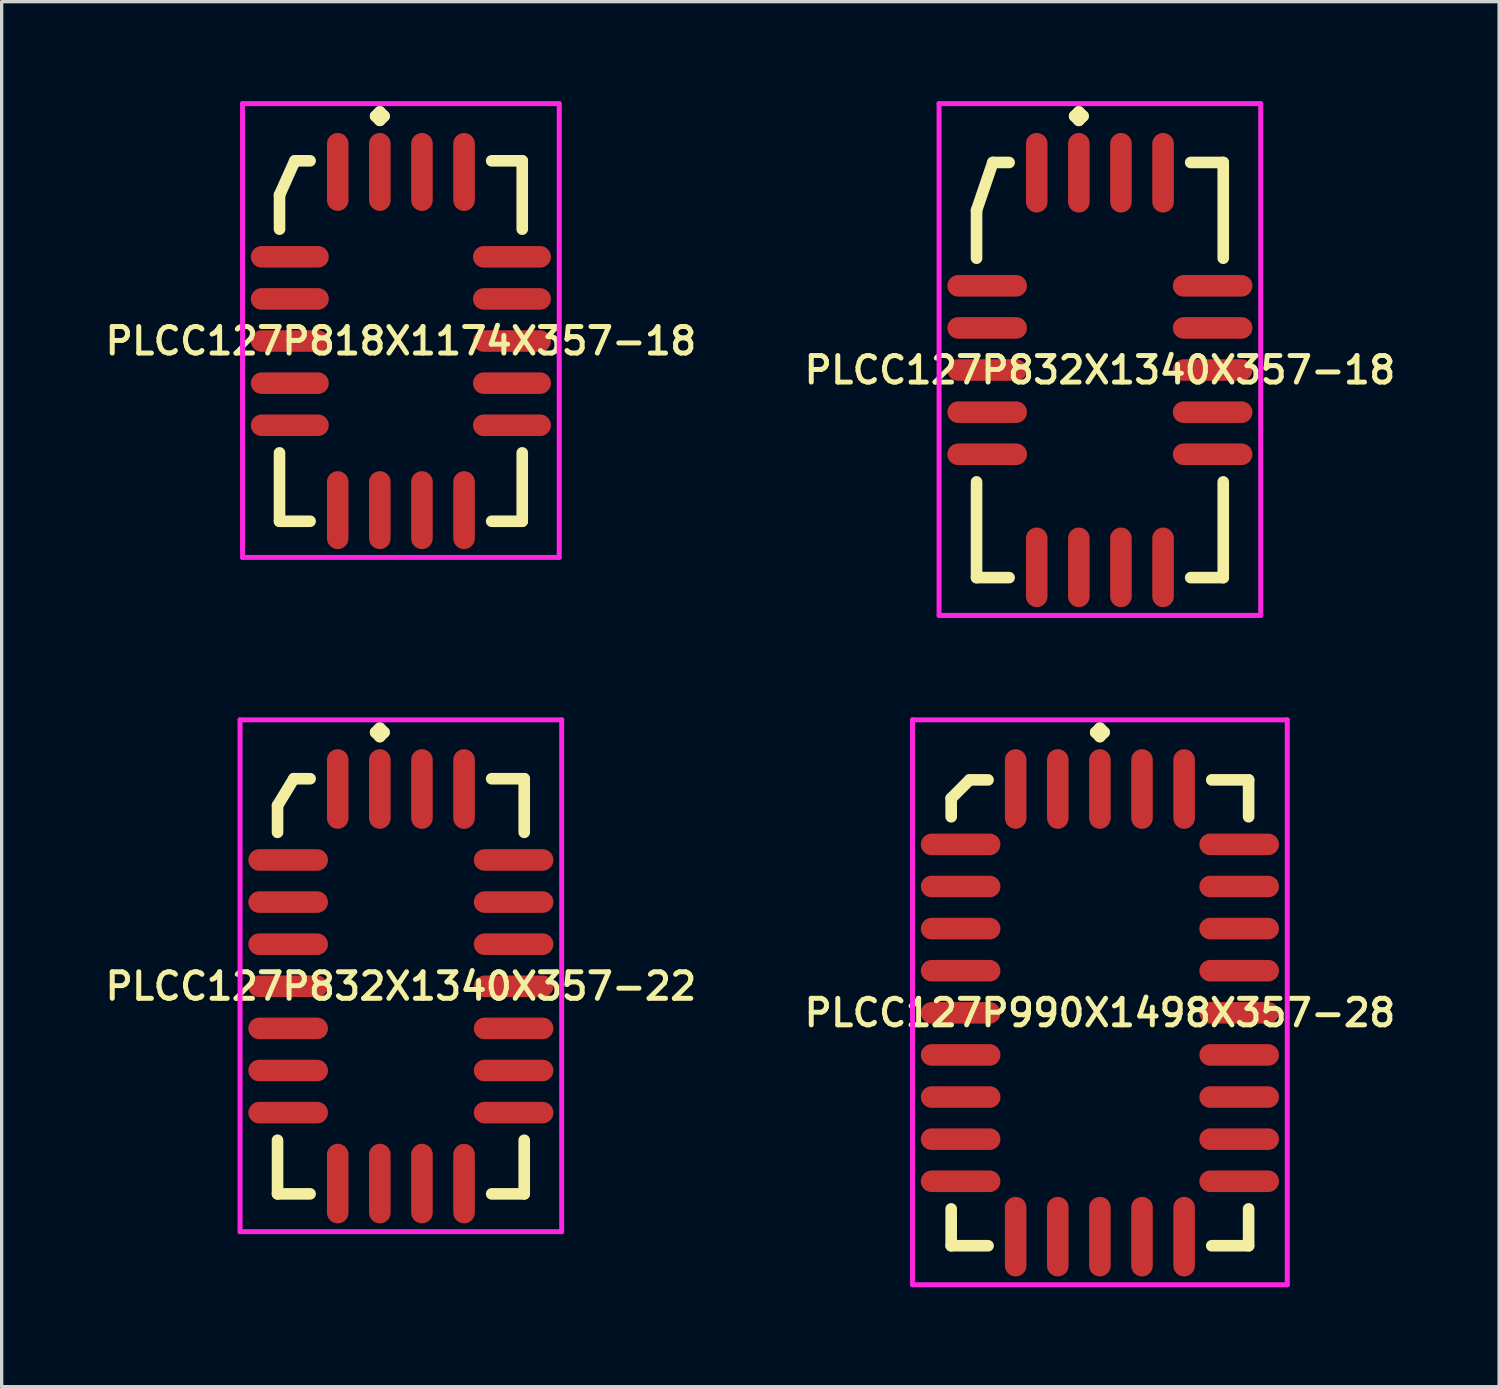
<source format=kicad_pcb>
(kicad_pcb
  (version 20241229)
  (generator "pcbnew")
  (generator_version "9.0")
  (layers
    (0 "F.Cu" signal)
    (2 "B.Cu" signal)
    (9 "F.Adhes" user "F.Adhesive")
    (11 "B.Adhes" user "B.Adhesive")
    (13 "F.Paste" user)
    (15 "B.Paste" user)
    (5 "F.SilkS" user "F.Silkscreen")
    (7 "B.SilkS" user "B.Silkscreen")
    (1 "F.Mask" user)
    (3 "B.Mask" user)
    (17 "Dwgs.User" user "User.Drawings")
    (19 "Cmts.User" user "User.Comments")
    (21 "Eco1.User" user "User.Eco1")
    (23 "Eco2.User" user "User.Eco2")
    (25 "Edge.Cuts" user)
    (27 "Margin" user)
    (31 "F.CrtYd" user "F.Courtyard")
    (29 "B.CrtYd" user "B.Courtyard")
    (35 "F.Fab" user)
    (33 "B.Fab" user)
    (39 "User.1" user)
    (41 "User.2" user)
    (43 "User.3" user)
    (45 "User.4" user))
  (footprint "PLCC127P832X1340X357-18"
    (layer "F.Cu")
    (at 30.121 8.11)
    (property "Reference" "PLCC127P832X1340X357-18" (at 0 0 0) (layer "F.SilkS") (effects (font (size 0.8 0.8) (thickness 0.15))))
    (attr through_hole)
    (fp_line (start -3.72 -4.816) (end -3.229 -6.26) (stroke (width 0.35) (type solid)) (layer "F.SilkS"))
    (fp_line (start -3.72 -3.373) (end -3.72 -4.816) (stroke (width 0.35) (type solid)) (layer "F.SilkS"))
    (fp_line (start -3.72 3.373) (end -3.72 6.26) (stroke (width 0.35) (type solid)) (layer "F.SilkS"))
    (fp_line (start -3.72 6.26) (end -2.738 6.26) (stroke (width 0.35) (type solid)) (layer "F.SilkS"))
    (fp_line (start -3.229 -6.26) (end -2.738 -6.26) (stroke (width 0.35) (type solid)) (layer "F.SilkS"))
    (fp_line (start -0.762 -7.658) (end -0.635 -7.785) (stroke (width 0.35) (type solid)) (layer "F.SilkS"))
    (fp_line (start -0.635 -7.785) (end -0.508 -7.658) (stroke (width 0.35) (type solid)) (layer "F.SilkS"))
    (fp_line (start -0.635 -7.531) (end -0.762 -7.658) (stroke (width 0.35) (type solid)) (layer "F.SilkS"))
    (fp_line (start -0.508 -7.658) (end -0.635 -7.531) (stroke (width 0.35) (type solid)) (layer "F.SilkS"))
    (fp_line (start 3.72 -6.26) (end 2.738 -6.26) (stroke (width 0.35) (type solid)) (layer "F.SilkS"))
    (fp_line (start 3.72 -3.373) (end 3.72 -6.26) (stroke (width 0.35) (type solid)) (layer "F.SilkS"))
    (fp_line (start 3.72 3.373) (end 3.72 6.26) (stroke (width 0.35) (type solid)) (layer "F.SilkS"))
    (fp_line (start 3.72 6.26) (end 2.738 6.26) (stroke (width 0.35) (type solid)) (layer "F.SilkS"))
    (fp_line (start -4.85 -8.035) (end 4.85 -8.035) (stroke (width 0.15) (type solid)) (layer "F.CrtYd"))
    (fp_line (start -4.85 7.4) (end -4.85 -8.035) (stroke (width 0.15) (type solid)) (layer "F.CrtYd"))
    (fp_line (start 4.85 -8.035) (end 4.85 7.4) (stroke (width 0.15) (type solid)) (layer "F.CrtYd"))
    (fp_line (start 4.85 7.4) (end -4.85 7.4) (stroke (width 0.15) (type solid)) (layer "F.CrtYd"))
    (pad "1" smd oval (at -0.635 -5.95) (size 0.65 2.4) (layers "F.Cu" "F.Mask" "F.Paste"))
    (pad "2" smd oval (at -1.905 -5.95) (size 0.65 2.4) (layers "F.Cu" "F.Mask" "F.Paste"))
    (pad "3" smd oval (at -3.4 -2.54) (size 2.4 0.65) (layers "F.Cu" "F.Mask" "F.Paste"))
    (pad "4" smd oval (at -3.4 -1.27) (size 2.4 0.65) (layers "F.Cu" "F.Mask" "F.Paste"))
    (pad "5" smd oval (at -3.4 0) (size 2.4 0.65) (layers "F.Cu" "F.Mask" "F.Paste"))
    (pad "6" smd oval (at -3.4 1.27) (size 2.4 0.65) (layers "F.Cu" "F.Mask" "F.Paste"))
    (pad "7" smd oval (at -3.4 2.54) (size 2.4 0.65) (layers "F.Cu" "F.Mask" "F.Paste"))
    (pad "8" smd oval (at -1.905 5.95) (size 0.65 2.4) (layers "F.Cu" "F.Mask" "F.Paste"))
    (pad "9" smd oval (at -0.635 5.95) (size 0.65 2.4) (layers "F.Cu" "F.Mask" "F.Paste"))
    (pad "10" smd oval (at 0.635 5.95) (size 0.65 2.4) (layers "F.Cu" "F.Mask" "F.Paste"))
    (pad "11" smd oval (at 1.905 5.95) (size 0.65 2.4) (layers "F.Cu" "F.Mask" "F.Paste"))
    (pad "12" smd oval (at 3.4 2.54) (size 2.4 0.65) (layers "F.Cu" "F.Mask" "F.Paste"))
    (pad "13" smd oval (at 3.4 1.27) (size 2.4 0.65) (layers "F.Cu" "F.Mask" "F.Paste"))
    (pad "14" smd oval (at 3.4 0) (size 2.4 0.65) (layers "F.Cu" "F.Mask" "F.Paste"))
    (pad "15" smd oval (at 3.4 -1.27) (size 2.4 0.65) (layers "F.Cu" "F.Mask" "F.Paste"))
    (pad "16" smd oval (at 3.4 -2.54) (size 2.4 0.65) (layers "F.Cu" "F.Mask" "F.Paste"))
    (pad "17" smd oval (at 1.905 -5.95) (size 0.65 2.4) (layers "F.Cu" "F.Mask" "F.Paste"))
    (pad "18" smd oval (at 0.635 -5.95) (size 0.65 2.4) (layers "F.Cu" "F.Mask" "F.Paste")))
  (footprint "PLCC127P832X1340X357-22"
    (layer "F.Cu")
    (at 9.04 26.695)
    (property "Reference" "PLCC127P832X1340X357-22" (at 0 0 0) (layer "F.SilkS") (effects (font (size 0.8 0.8) (thickness 0.15))))
    (attr smd)
    (fp_line (start -3.72 -5.452) (end -3.229 -6.26) (stroke (width 0.35) (type solid)) (layer "F.SilkS"))
    (fp_line (start -3.72 -4.643) (end -3.72 -5.452) (stroke (width 0.35) (type solid)) (layer "F.SilkS"))
    (fp_line (start -3.72 4.643) (end -3.72 6.26) (stroke (width 0.35) (type solid)) (layer "F.SilkS"))
    (fp_line (start -3.72 6.26) (end -2.738 6.26) (stroke (width 0.35) (type solid)) (layer "F.SilkS"))
    (fp_line (start -3.229 -6.26) (end -2.738 -6.26) (stroke (width 0.35) (type solid)) (layer "F.SilkS"))
    (fp_line (start -0.762 -7.658) (end -0.635 -7.785) (stroke (width 0.35) (type solid)) (layer "F.SilkS"))
    (fp_line (start -0.635 -7.785) (end -0.508 -7.658) (stroke (width 0.35) (type solid)) (layer "F.SilkS"))
    (fp_line (start -0.635 -7.531) (end -0.762 -7.658) (stroke (width 0.35) (type solid)) (layer "F.SilkS"))
    (fp_line (start -0.508 -7.658) (end -0.635 -7.531) (stroke (width 0.35) (type solid)) (layer "F.SilkS"))
    (fp_line (start 3.72 -6.26) (end 2.738 -6.26) (stroke (width 0.35) (type solid)) (layer "F.SilkS"))
    (fp_line (start 3.72 -4.643) (end 3.72 -6.26) (stroke (width 0.35) (type solid)) (layer "F.SilkS"))
    (fp_line (start 3.72 4.643) (end 3.72 6.26) (stroke (width 0.35) (type solid)) (layer "F.SilkS"))
    (fp_line (start 3.72 6.26) (end 2.738 6.26) (stroke (width 0.35) (type solid)) (layer "F.SilkS"))
    (fp_line (start -4.85 -8.035) (end 4.85 -8.035) (stroke (width 0.15) (type solid)) (layer "F.CrtYd"))
    (fp_line (start -4.85 7.4) (end -4.85 -8.035) (stroke (width 0.15) (type solid)) (layer "F.CrtYd"))
    (fp_line (start 4.85 -8.035) (end 4.85 7.4) (stroke (width 0.15) (type solid)) (layer "F.CrtYd"))
    (fp_line (start 4.85 7.4) (end -4.85 7.4) (stroke (width 0.15) (type solid)) (layer "F.CrtYd"))
    (pad "1" smd oval (at -0.635 -5.95) (size 0.65 2.4) (layers "F.Cu" "F.Mask" "F.Paste"))
    (pad "2" smd oval (at -1.905 -5.95) (size 0.65 2.4) (layers "F.Cu" "F.Mask" "F.Paste"))
    (pad "3" smd oval (at -3.4 -3.81) (size 2.4 0.65) (layers "F.Cu" "F.Mask" "F.Paste"))
    (pad "4" smd oval (at -3.4 -2.54) (size 2.4 0.65) (layers "F.Cu" "F.Mask" "F.Paste"))
    (pad "5" smd oval (at -3.4 -1.27) (size 2.4 0.65) (layers "F.Cu" "F.Mask" "F.Paste"))
    (pad "6" smd oval (at -3.4 0) (size 2.4 0.65) (layers "F.Cu" "F.Mask" "F.Paste"))
    (pad "7" smd oval (at -3.4 1.27) (size 2.4 0.65) (layers "F.Cu" "F.Mask" "F.Paste"))
    (pad "8" smd oval (at -3.4 2.54) (size 2.4 0.65) (layers "F.Cu" "F.Mask" "F.Paste"))
    (pad "9" smd oval (at -3.4 3.81) (size 2.4 0.65) (layers "F.Cu" "F.Mask" "F.Paste"))
    (pad "10" smd oval (at -1.905 5.95) (size 0.65 2.4) (layers "F.Cu" "F.Mask" "F.Paste"))
    (pad "11" smd oval (at -0.635 5.95) (size 0.65 2.4) (layers "F.Cu" "F.Mask" "F.Paste"))
    (pad "12" smd oval (at 0.635 5.95) (size 0.65 2.4) (layers "F.Cu" "F.Mask" "F.Paste"))
    (pad "13" smd oval (at 1.905 5.95) (size 0.65 2.4) (layers "F.Cu" "F.Mask" "F.Paste"))
    (pad "14" smd oval (at 3.4 3.81) (size 2.4 0.65) (layers "F.Cu" "F.Mask" "F.Paste"))
    (pad "15" smd oval (at 3.4 2.54) (size 2.4 0.65) (layers "F.Cu" "F.Mask" "F.Paste"))
    (pad "16" smd oval (at 3.4 1.27) (size 2.4 0.65) (layers "F.Cu" "F.Mask" "F.Paste"))
    (pad "17" smd oval (at 3.4 0) (size 2.4 0.65) (layers "F.Cu" "F.Mask" "F.Paste"))
    (pad "18" smd oval (at 3.4 -1.27) (size 2.4 0.65) (layers "F.Cu" "F.Mask" "F.Paste"))
    (pad "19" smd oval (at 3.4 -2.54) (size 2.4 0.65) (layers "F.Cu" "F.Mask" "F.Paste"))
    (pad "20" smd oval (at 3.4 -3.81) (size 2.4 0.65) (layers "F.Cu" "F.Mask" "F.Paste"))
    (pad "21" smd oval (at 1.905 -5.95) (size 0.65 2.4) (layers "F.Cu" "F.Mask" "F.Paste"))
    (pad "22" smd oval (at 0.635 -5.95) (size 0.65 2.4) (layers "F.Cu" "F.Mask" "F.Paste")))
  (footprint "PLCC127P818X1174X357-18"
    (layer "F.Cu")
    (at 9.04 7.235)
    (property "Reference" "PLCC127P818X1174X357-18" (at 0 0 0) (layer "F.SilkS") (effects (font (size 0.8 0.8) (thickness 0.15))))
    (attr through_hole)
    (fp_line (start -3.66 -4.404) (end -3.199 -5.435) (stroke (width 0.35) (type solid)) (layer "F.SilkS"))
    (fp_line (start -3.66 -3.373) (end -3.66 -4.404) (stroke (width 0.35) (type solid)) (layer "F.SilkS"))
    (fp_line (start -3.66 3.373) (end -3.66 5.435) (stroke (width 0.35) (type solid)) (layer "F.SilkS"))
    (fp_line (start -3.66 5.435) (end -2.738 5.435) (stroke (width 0.35) (type solid)) (layer "F.SilkS"))
    (fp_line (start -3.199 -5.435) (end -2.738 -5.435) (stroke (width 0.35) (type solid)) (layer "F.SilkS"))
    (fp_line (start -0.762 -6.783) (end -0.635 -6.91) (stroke (width 0.35) (type solid)) (layer "F.SilkS"))
    (fp_line (start -0.635 -6.91) (end -0.508 -6.783) (stroke (width 0.35) (type solid)) (layer "F.SilkS"))
    (fp_line (start -0.635 -6.656) (end -0.762 -6.783) (stroke (width 0.35) (type solid)) (layer "F.SilkS"))
    (fp_line (start -0.508 -6.783) (end -0.635 -6.656) (stroke (width 0.35) (type solid)) (layer "F.SilkS"))
    (fp_line (start 3.66 -5.435) (end 2.738 -5.435) (stroke (width 0.35) (type solid)) (layer "F.SilkS"))
    (fp_line (start 3.66 -3.373) (end 3.66 -5.435) (stroke (width 0.35) (type solid)) (layer "F.SilkS"))
    (fp_line (start 3.66 3.373) (end 3.66 5.435) (stroke (width 0.35) (type solid)) (layer "F.SilkS"))
    (fp_line (start 3.66 5.435) (end 2.738 5.435) (stroke (width 0.35) (type solid)) (layer "F.SilkS"))
    (fp_line (start -4.775 -7.16) (end 4.775 -7.16) (stroke (width 0.15) (type solid)) (layer "F.CrtYd"))
    (fp_line (start -4.775 6.525) (end -4.775 -7.16) (stroke (width 0.15) (type solid)) (layer "F.CrtYd"))
    (fp_line (start 4.775 -7.16) (end 4.775 6.525) (stroke (width 0.15) (type solid)) (layer "F.CrtYd"))
    (fp_line (start 4.775 6.525) (end -4.775 6.525) (stroke (width 0.15) (type solid)) (layer "F.CrtYd"))
    (pad "1" smd oval (at -0.635 -5.1) (size 0.65 2.35) (layers "F.Cu" "F.Mask" "F.Paste"))
    (pad "2" smd oval (at -1.905 -5.1) (size 0.65 2.35) (layers "F.Cu" "F.Mask" "F.Paste"))
    (pad "3" smd oval (at -3.35 -2.54) (size 2.35 0.65) (layers "F.Cu" "F.Mask" "F.Paste"))
    (pad "4" smd oval (at -3.35 -1.27) (size 2.35 0.65) (layers "F.Cu" "F.Mask" "F.Paste"))
    (pad "5" smd oval (at -3.35 0) (size 2.35 0.65) (layers "F.Cu" "F.Mask" "F.Paste"))
    (pad "6" smd oval (at -3.35 1.27) (size 2.35 0.65) (layers "F.Cu" "F.Mask" "F.Paste"))
    (pad "7" smd oval (at -3.35 2.54) (size 2.35 0.65) (layers "F.Cu" "F.Mask" "F.Paste"))
    (pad "8" smd oval (at -1.905 5.1) (size 0.65 2.35) (layers "F.Cu" "F.Mask" "F.Paste"))
    (pad "9" smd oval (at -0.635 5.1) (size 0.65 2.35) (layers "F.Cu" "F.Mask" "F.Paste"))
    (pad "10" smd oval (at 0.635 5.1) (size 0.65 2.35) (layers "F.Cu" "F.Mask" "F.Paste"))
    (pad "11" smd oval (at 1.905 5.1) (size 0.65 2.35) (layers "F.Cu" "F.Mask" "F.Paste"))
    (pad "12" smd oval (at 3.35 2.54) (size 2.35 0.65) (layers "F.Cu" "F.Mask" "F.Paste"))
    (pad "13" smd oval (at 3.35 1.27) (size 2.35 0.65) (layers "F.Cu" "F.Mask" "F.Paste"))
    (pad "14" smd oval (at 3.35 0) (size 2.35 0.65) (layers "F.Cu" "F.Mask" "F.Paste"))
    (pad "15" smd oval (at 3.35 -1.27) (size 2.35 0.65) (layers "F.Cu" "F.Mask" "F.Paste"))
    (pad "16" smd oval (at 3.35 -2.54) (size 2.35 0.65) (layers "F.Cu" "F.Mask" "F.Paste"))
    (pad "17" smd oval (at 1.905 -5.1) (size 0.65 2.35) (layers "F.Cu" "F.Mask" "F.Paste"))
    (pad "18" smd oval (at 0.635 -5.1) (size 0.65 2.35) (layers "F.Cu" "F.Mask" "F.Paste")))
  (footprint "PLCC127P990X1498X357-28"
    (layer "F.Cu")
    (at 30.121 27.495)
    (property "Reference" "PLCC127P990X1498X357-28" (at 0 0 0) (layer "F.SilkS") (effects (font (size 0.8 0.8) (thickness 0.15))))
    (attr smd)
    (fp_line (start -4.485 -6.469) (end -3.929 -7.025) (stroke (width 0.35) (type solid)) (layer "F.SilkS"))
    (fp_line (start -4.485 -5.913) (end -4.485 -6.469) (stroke (width 0.35) (type solid)) (layer "F.SilkS"))
    (fp_line (start -4.485 5.913) (end -4.485 7.025) (stroke (width 0.35) (type solid)) (layer "F.SilkS"))
    (fp_line (start -4.485 7.025) (end -3.373 7.025) (stroke (width 0.35) (type solid)) (layer "F.SilkS"))
    (fp_line (start -3.929 -7.025) (end -3.373 -7.025) (stroke (width 0.35) (type solid)) (layer "F.SilkS"))
    (fp_line (start -0.127 -8.458) (end 0 -8.585) (stroke (width 0.35) (type solid)) (layer "F.SilkS"))
    (fp_line (start 0 -8.585) (end 0.127 -8.458) (stroke (width 0.35) (type solid)) (layer "F.SilkS"))
    (fp_line (start 0 -8.331) (end -0.127 -8.458) (stroke (width 0.35) (type solid)) (layer "F.SilkS"))
    (fp_line (start 0.127 -8.458) (end 0 -8.331) (stroke (width 0.35) (type solid)) (layer "F.SilkS"))
    (fp_line (start 4.485 -7.025) (end 3.373 -7.025) (stroke (width 0.35) (type solid)) (layer "F.SilkS"))
    (fp_line (start 4.485 -5.913) (end 4.485 -7.025) (stroke (width 0.35) (type solid)) (layer "F.SilkS"))
    (fp_line (start 4.485 5.913) (end 4.485 7.025) (stroke (width 0.35) (type solid)) (layer "F.SilkS"))
    (fp_line (start 4.485 7.025) (end 3.373 7.025) (stroke (width 0.35) (type solid)) (layer "F.SilkS"))
    (fp_line (start -5.65 -8.835) (end 5.65 -8.835) (stroke (width 0.15) (type solid)) (layer "F.CrtYd"))
    (fp_line (start -5.65 8.2) (end -5.65 -8.835) (stroke (width 0.15) (type solid)) (layer "F.CrtYd"))
    (fp_line (start 5.65 -8.835) (end 5.65 8.2) (stroke (width 0.15) (type solid)) (layer "F.CrtYd"))
    (fp_line (start 5.65 8.2) (end -5.65 8.2) (stroke (width 0.15) (type solid)) (layer "F.CrtYd"))
    (pad "1" smd oval (at 0 -6.75) (size 0.65 2.4) (layers "F.Cu" "F.Mask" "F.Paste"))
    (pad "2" smd oval (at -1.27 -6.75) (size 0.65 2.4) (layers "F.Cu" "F.Mask" "F.Paste"))
    (pad "3" smd oval (at -2.54 -6.75) (size 0.65 2.4) (layers "F.Cu" "F.Mask" "F.Paste"))
    (pad "4" smd oval (at -4.2 -5.08) (size 2.4 0.65) (layers "F.Cu" "F.Mask" "F.Paste"))
    (pad "5" smd oval (at -4.2 -3.81) (size 2.4 0.65) (layers "F.Cu" "F.Mask" "F.Paste"))
    (pad "6" smd oval (at -4.2 -2.54) (size 2.4 0.65) (layers "F.Cu" "F.Mask" "F.Paste"))
    (pad "7" smd oval (at -4.2 -1.27) (size 2.4 0.65) (layers "F.Cu" "F.Mask" "F.Paste"))
    (pad "8" smd oval (at -4.2 0) (size 2.4 0.65) (layers "F.Cu" "F.Mask" "F.Paste"))
    (pad "9" smd oval (at -4.2 1.27) (size 2.4 0.65) (layers "F.Cu" "F.Mask" "F.Paste"))
    (pad "10" smd oval (at -4.2 2.54) (size 2.4 0.65) (layers "F.Cu" "F.Mask" "F.Paste"))
    (pad "11" smd oval (at -4.2 3.81) (size 2.4 0.65) (layers "F.Cu" "F.Mask" "F.Paste"))
    (pad "12" smd oval (at -4.2 5.08) (size 2.4 0.65) (layers "F.Cu" "F.Mask" "F.Paste"))
    (pad "13" smd oval (at -2.54 6.75) (size 0.65 2.4) (layers "F.Cu" "F.Mask" "F.Paste"))
    (pad "14" smd oval (at -1.27 6.75) (size 0.65 2.4) (layers "F.Cu" "F.Mask" "F.Paste"))
    (pad "15" smd oval (at 0 6.75) (size 0.65 2.4) (layers "F.Cu" "F.Mask" "F.Paste"))
    (pad "16" smd oval (at 1.27 6.75) (size 0.65 2.4) (layers "F.Cu" "F.Mask" "F.Paste"))
    (pad "17" smd oval (at 2.54 6.75) (size 0.65 2.4) (layers "F.Cu" "F.Mask" "F.Paste"))
    (pad "18" smd oval (at 4.2 5.08) (size 2.4 0.65) (layers "F.Cu" "F.Mask" "F.Paste"))
    (pad "19" smd oval (at 4.2 3.81) (size 2.4 0.65) (layers "F.Cu" "F.Mask" "F.Paste"))
    (pad "20" smd oval (at 4.2 2.54) (size 2.4 0.65) (layers "F.Cu" "F.Mask" "F.Paste"))
    (pad "21" smd oval (at 4.2 1.27) (size 2.4 0.65) (layers "F.Cu" "F.Mask" "F.Paste"))
    (pad "22" smd oval (at 4.2 0) (size 2.4 0.65) (layers "F.Cu" "F.Mask" "F.Paste"))
    (pad "23" smd oval (at 4.2 -1.27) (size 2.4 0.65) (layers "F.Cu" "F.Mask" "F.Paste"))
    (pad "24" smd oval (at 4.2 -2.54) (size 2.4 0.65) (layers "F.Cu" "F.Mask" "F.Paste"))
    (pad "25" smd oval (at 4.2 -3.81) (size 2.4 0.65) (layers "F.Cu" "F.Mask" "F.Paste"))
    (pad "26" smd oval (at 4.2 -5.08) (size 2.4 0.65) (layers "F.Cu" "F.Mask" "F.Paste"))
    (pad "27" smd oval (at 2.54 -6.75) (size 0.65 2.4) (layers "F.Cu" "F.Mask" "F.Paste"))
    (pad "28" smd oval (at 1.27 -6.75) (size 0.65 2.4) (layers "F.Cu" "F.Mask" "F.Paste")))
  (gr_rect
    (start -3 -3)
    (end 42.161 38.77)
    (stroke (width 0.1) (type default))
    (fill no)
    (layer "Edge.Cuts")))
</source>
